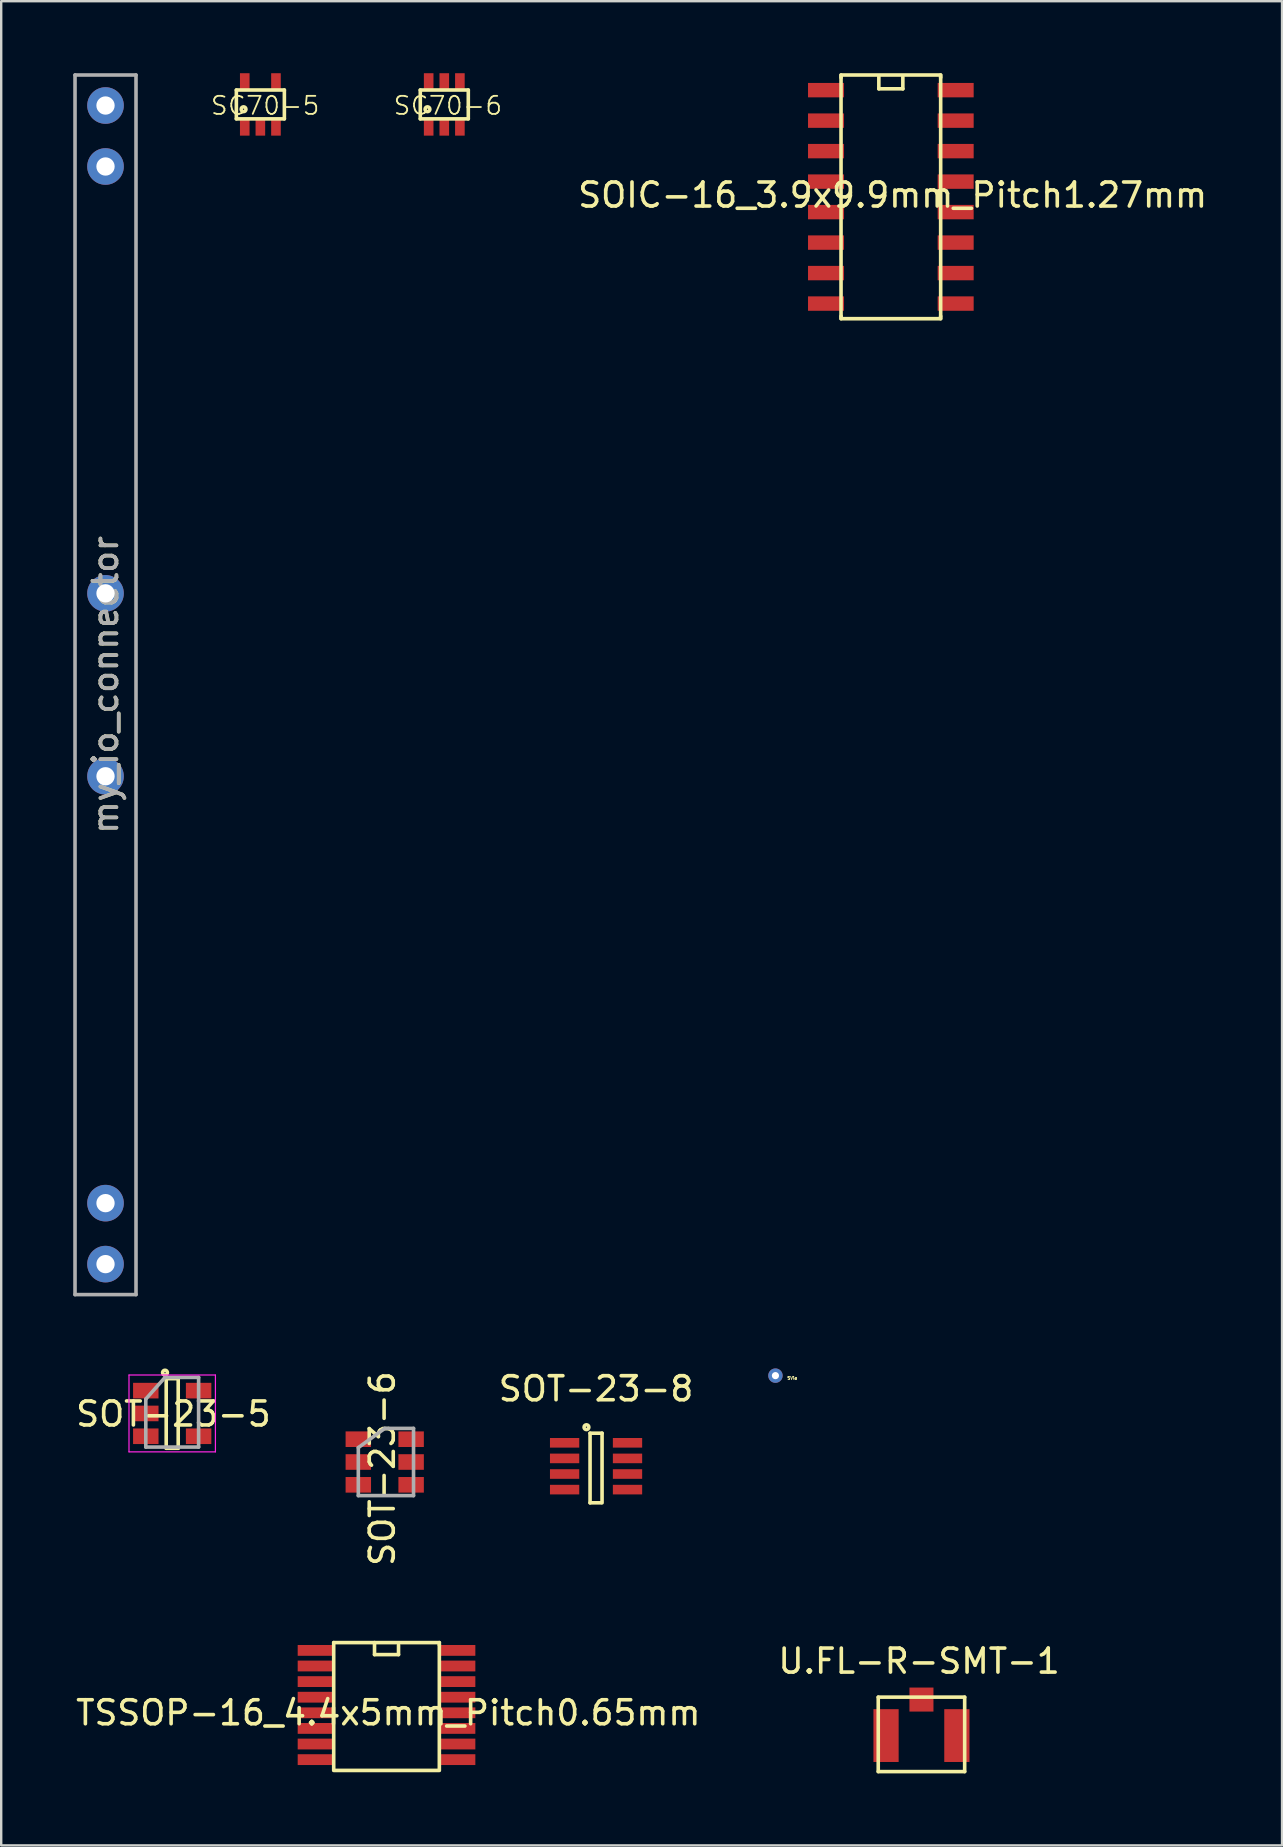
<source format=kicad_pcb>
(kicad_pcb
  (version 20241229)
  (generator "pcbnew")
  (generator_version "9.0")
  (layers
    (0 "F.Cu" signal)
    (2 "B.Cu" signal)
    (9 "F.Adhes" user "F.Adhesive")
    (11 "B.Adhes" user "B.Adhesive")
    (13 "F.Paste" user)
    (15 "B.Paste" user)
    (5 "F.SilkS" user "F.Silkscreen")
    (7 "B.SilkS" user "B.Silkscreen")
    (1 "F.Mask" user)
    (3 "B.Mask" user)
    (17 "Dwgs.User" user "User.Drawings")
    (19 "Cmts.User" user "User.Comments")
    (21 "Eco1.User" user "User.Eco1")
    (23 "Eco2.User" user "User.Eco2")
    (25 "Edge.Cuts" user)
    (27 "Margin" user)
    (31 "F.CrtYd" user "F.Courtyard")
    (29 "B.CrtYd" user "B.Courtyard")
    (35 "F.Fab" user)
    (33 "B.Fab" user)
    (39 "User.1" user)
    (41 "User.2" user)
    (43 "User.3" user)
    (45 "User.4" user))
  (footprint "SOIC-16_3.9x9.9mm_Pitch1.27mm"
    (layer "F.Cu")
    (at 34.057 5.15)
    (property "Reference" "SOIC-16_3.9x9.9mm_Pitch1.27mm" (at 0.075 -0.075 0) (layer "F.SilkS") (effects (font (size 1 1) (thickness 0.15))))
    (attr smd)
    (fp_line (start -2.075 -5.075) (end -2.075 -4.97) (stroke (width 0.15) (type solid)) (layer "F.SilkS"))
    (fp_line (start -2.075 -5.075) (end 2.075 -5.075) (stroke (width 0.15) (type solid)) (layer "F.SilkS"))
    (fp_line (start -2.075 -5) (end -2.075 5) (stroke (width 0.15) (type solid)) (layer "F.SilkS"))
    (fp_line (start -2.075 5.075) (end -2.075 4.97) (stroke (width 0.15) (type solid)) (layer "F.SilkS"))
    (fp_line (start -2.075 5.075) (end 2.075 5.075) (stroke (width 0.15) (type solid)) (layer "F.SilkS"))
    (fp_line (start -0.5 -5) (end -0.5 -4.5) (stroke (width 0.15) (type solid)) (layer "F.SilkS"))
    (fp_line (start -0.5 -4.5) (end 0.5 -4.5) (stroke (width 0.15) (type solid)) (layer "F.SilkS"))
    (fp_line (start 0.5 -4.5) (end 0.5 -5) (stroke (width 0.15) (type solid)) (layer "F.SilkS"))
    (fp_line (start 2.075 -5.075) (end 2.075 -4.97) (stroke (width 0.15) (type solid)) (layer "F.SilkS"))
    (fp_line (start 2.075 -5) (end 2.075 5) (stroke (width 0.15) (type solid)) (layer "F.SilkS"))
    (fp_line (start 2.075 5.075) (end 2.075 4.97) (stroke (width 0.15) (type solid)) (layer "F.SilkS"))
    (pad "1" smd rect (at -2.7 -4.445) (size 1.5 0.6) (layers "F.Cu" "F.Mask" "F.Paste"))
    (pad "2" smd rect (at -2.7 -3.175) (size 1.5 0.6) (layers "F.Cu" "F.Mask" "F.Paste"))
    (pad "3" smd rect (at -2.7 -1.905) (size 1.5 0.6) (layers "F.Cu" "F.Mask" "F.Paste"))
    (pad "4" smd rect (at -2.7 -0.635) (size 1.5 0.6) (layers "F.Cu" "F.Mask" "F.Paste"))
    (pad "5" smd rect (at -2.7 0.635) (size 1.5 0.6) (layers "F.Cu" "F.Mask" "F.Paste"))
    (pad "6" smd rect (at -2.7 1.905) (size 1.5 0.6) (layers "F.Cu" "F.Mask" "F.Paste"))
    (pad "7" smd rect (at -2.7 3.175) (size 1.5 0.6) (layers "F.Cu" "F.Mask" "F.Paste"))
    (pad "8" smd rect (at -2.7 4.445) (size 1.5 0.6) (layers "F.Cu" "F.Mask" "F.Paste"))
    (pad "9" smd rect (at 2.7 4.445) (size 1.5 0.6) (layers "F.Cu" "F.Mask" "F.Paste"))
    (pad "10" smd rect (at 2.7 3.175) (size 1.5 0.6) (layers "F.Cu" "F.Mask" "F.Paste"))
    (pad "11" smd rect (at 2.7 1.905) (size 1.5 0.6) (layers "F.Cu" "F.Mask" "F.Paste"))
    (pad "12" smd rect (at 2.7 0.635) (size 1.5 0.6) (layers "F.Cu" "F.Mask" "F.Paste"))
    (pad "13" smd rect (at 2.7 -0.635) (size 1.5 0.6) (layers "F.Cu" "F.Mask" "F.Paste"))
    (pad "14" smd rect (at 2.7 -1.905) (size 1.5 0.6) (layers "F.Cu" "F.Mask" "F.Paste"))
    (pad "15" smd rect (at 2.7 -3.175) (size 1.5 0.6) (layers "F.Cu" "F.Mask" "F.Paste"))
    (pad "16" smd rect (at 2.7 -4.445) (size 1.5 0.6) (layers "F.Cu" "F.Mask" "F.Paste")))
  (footprint "SOT-23-6"
    (layer "F.Cu")
    (at 12.975 57.848)
    (property "Reference" "SOT-23-6" (at -0.1 0.275 90) (layer "F.SilkS") (effects (font (size 1 1) (thickness 0.15))))
    (attr smd)
    (fp_line (start -1.1 -0.6) (end -1.1 1.4) (stroke (width 0.15) (type solid)) (layer "F.Fab"))
    (fp_line (start -1.1 1.4) (end 1.2 1.4) (stroke (width 0.15) (type solid)) (layer "F.Fab"))
    (fp_line (start 0 -1.4) (end -1.1 -0.6) (stroke (width 0.15) (type solid)) (layer "F.Fab"))
    (fp_line (start 1.2 -1.4) (end 0 -1.4) (stroke (width 0.15) (type solid)) (layer "F.Fab"))
    (fp_line (start 1.2 1.4) (end 1.2 -1.4) (stroke (width 0.15) (type solid)) (layer "F.Fab"))
    (pad "1" smd rect (at -1.1 -0.95) (size 1.06 0.65) (layers "F.Cu" "F.Mask" "F.Paste"))
    (pad "2" smd rect (at -1.1 0) (size 1.06 0.65) (layers "F.Cu" "F.Mask" "F.Paste"))
    (pad "3" smd rect (at -1.1 0.95) (size 1.06 0.65) (layers "F.Cu" "F.Mask" "F.Paste"))
    (pad "4" smd rect (at 1.1 0.95) (size 1.06 0.65) (layers "F.Cu" "F.Mask" "F.Paste"))
    (pad "5" smd rect (at 1.1 0) (size 1.06 0.65) (layers "F.Cu" "F.Mask" "F.Paste"))
    (pad "6" smd rect (at 1.1 -0.95) (size 1.06 0.65) (layers "F.Cu" "F.Mask" "F.Paste")))
  (footprint "SC70-6"
    (layer "F.Cu")
    (at 15.456 1.3)
    (property "Reference" "SC70-6" (at 0.15 0.05 0) (layer "F.SilkS") (effects (font (size 0.75 0.75) (thickness 0.075))))
    (attr through_hole)
    (fp_line (start -1 -0.6) (end 1 -0.6) (stroke (width 0.15) (type solid)) (layer "F.SilkS"))
    (fp_line (start -1 0.6) (end -1 -0.6) (stroke (width 0.15) (type solid)) (layer "F.SilkS"))
    (fp_line (start 1 -0.6) (end 1 0.6) (stroke (width 0.15) (type solid)) (layer "F.SilkS"))
    (fp_line (start 1 0.6) (end -1 0.6) (stroke (width 0.15) (type solid)) (layer "F.SilkS"))
    (fp_circle (center -0.7 0.2) (end -0.7 0.3) (stroke (width 0.15) (type solid)) (fill no) (layer "F.SilkS"))
    (pad "1" smd rect (at -0.65 0.95) (size 0.4 0.7) (layers "F.Cu" "F.Mask" "F.Paste"))
    (pad "2" smd rect (at 0 0.95) (size 0.4 0.7) (layers "F.Cu" "F.Mask" "F.Paste"))
    (pad "3" smd rect (at 0.65 0.95) (size 0.4 0.7) (layers "F.Cu" "F.Mask" "F.Paste"))
    (pad "4" smd rect (at 0.65 -0.95) (size 0.4 0.7) (layers "F.Cu" "F.Mask" "F.Paste"))
    (pad "5" smd rect (at 0 -0.95) (size 0.4 0.7) (layers "F.Cu" "F.Mask" "F.Paste"))
    (pad "6" smd rect (at -0.65 -0.95) (size 0.4 0.7) (layers "F.Cu" "F.Mask" "F.Paste")))
  (footprint "SOT-23-5"
    (layer "F.Cu")
    (at 4.123 55.825)
    (property "Reference" "SOT-23-5" (at 0.05 0.025 0) (layer "F.SilkS") (effects (font (size 1 1) (thickness 0.15))))
    (attr smd)
    (fp_line (start -0.25 -1.45) (end -0.25 1.45) (stroke (width 0.15) (type solid)) (layer "F.SilkS"))
    (fp_line (start -0.25 1.45) (end 0.25 1.45) (stroke (width 0.15) (type solid)) (layer "F.SilkS"))
    (fp_line (start 0.25 -1.45) (end -0.25 -1.45) (stroke (width 0.15) (type solid)) (layer "F.SilkS"))
    (fp_line (start 0.25 1.45) (end 0.25 -1.45) (stroke (width 0.15) (type solid)) (layer "F.SilkS"))
    (fp_circle (center -0.3 -1.7) (end -0.2 -1.7) (stroke (width 0.15) (type solid)) (fill no) (layer "F.SilkS"))
    (fp_line (start -1.8 -1.6) (end 1.8 -1.6) (stroke (width 0.05) (type solid)) (layer "F.CrtYd"))
    (fp_line (start -1.8 1.6) (end -1.8 -1.6) (stroke (width 0.05) (type solid)) (layer "F.CrtYd"))
    (fp_line (start 1.8 -1.6) (end 1.8 1.6) (stroke (width 0.05) (type solid)) (layer "F.CrtYd"))
    (fp_line (start 1.8 1.6) (end -1.8 1.6) (stroke (width 0.05) (type solid)) (layer "F.CrtYd"))
    (fp_line (start -1.1 -0.6) (end -1.1 1.4) (stroke (width 0.15) (type solid)) (layer "F.Fab"))
    (fp_line (start -1.1 1.4) (end 1.1 1.4) (stroke (width 0.15) (type solid)) (layer "F.Fab"))
    (fp_line (start -0.3 -1.5) (end -1.1 -0.6) (stroke (width 0.15) (type solid)) (layer "F.Fab"))
    (fp_line (start 1.1 -1.5) (end -0.3 -1.5) (stroke (width 0.15) (type solid)) (layer "F.Fab"))
    (fp_line (start 1.1 1.4) (end 1.1 -1.5) (stroke (width 0.15) (type solid)) (layer "F.Fab"))
    (pad "1" smd rect (at -1.1 -0.95) (size 1.06 0.65) (layers "F.Cu" "F.Mask" "F.Paste"))
    (pad "2" smd rect (at -1.1 0) (size 1.06 0.65) (layers "F.Cu" "F.Mask" "F.Paste"))
    (pad "3" smd rect (at -1.1 0.95) (size 1.06 0.65) (layers "F.Cu" "F.Mask" "F.Paste"))
    (pad "4" smd rect (at 1.1 0.95) (size 1.06 0.65) (layers "F.Cu" "F.Mask" "F.Paste"))
    (pad "5" smd rect (at 1.1 -0.95) (size 1.06 0.65) (layers "F.Cu" "F.Mask" "F.Paste")))
  (footprint "U.FL-R-SMT-1"
    (layer "F.Cu")
    (at 35.332 69.243)
    (property "Reference" "U.FL-R-SMT-1" (at -0.1 -3.1 0) (layer "F.SilkS") (effects (font (size 1 1) (thickness 0.15))))
    (attr through_hole)
    (fp_line (start -1.8 -1.6) (end 1.8 -1.6) (stroke (width 0.15) (type solid)) (layer "F.SilkS"))
    (fp_line (start -1.8 1.5) (end -1.8 -1.6) (stroke (width 0.15) (type solid)) (layer "F.SilkS"))
    (fp_line (start -1.8 1.5) (end 1.8 1.5) (stroke (width 0.15) (type solid)) (layer "F.SilkS"))
    (fp_line (start 1.8 -1.6) (end 1.8 1.5) (stroke (width 0.15) (type solid)) (layer "F.SilkS"))
    (pad "1" smd rect (at 0 -1.5) (size 1 1) (layers "F.Cu" "F.Mask" "F.Paste"))
    (pad "2" smd rect (at -1.475 0) (size 1.05 2.2) (layers "F.Cu" "F.Mask" "F.Paste"))
    (pad "2" smd rect (at 1.475 0) (size 1.05 2.2) (layers "F.Cu" "F.Mask" "F.Paste")))
  (footprint "SC70-5"
    (layer "F.Cu")
    (at 7.795 1.3)
    (property "Reference" "SC70-5" (at 0.2 0.05 0) (layer "F.SilkS") (effects (font (size 0.75 0.75) (thickness 0.075))))
    (attr through_hole)
    (fp_line (start -1 -0.6) (end 1 -0.6) (stroke (width 0.15) (type solid)) (layer "F.SilkS"))
    (fp_line (start -1 0.6) (end -1 -0.6) (stroke (width 0.15) (type solid)) (layer "F.SilkS"))
    (fp_line (start 1 -0.6) (end 1 0.6) (stroke (width 0.15) (type solid)) (layer "F.SilkS"))
    (fp_line (start 1 0.6) (end -1 0.6) (stroke (width 0.15) (type solid)) (layer "F.SilkS"))
    (fp_circle (center -0.7 0.2) (end -0.7 0.3) (stroke (width 0.15) (type solid)) (fill no) (layer "F.SilkS"))
    (pad "1" smd rect (at -0.65 0.95) (size 0.4 0.7) (layers "F.Cu" "F.Mask" "F.Paste"))
    (pad "2" smd rect (at 0 0.95) (size 0.4 0.7) (layers "F.Cu" "F.Mask" "F.Paste"))
    (pad "3" smd rect (at 0.65 0.95) (size 0.4 0.7) (layers "F.Cu" "F.Mask" "F.Paste"))
    (pad "4" smd rect (at 0.65 -0.95) (size 0.4 0.7) (layers "F.Cu" "F.Mask" "F.Paste"))
    (pad "5" smd rect (at -0.65 -0.95) (size 0.4 0.7) (layers "F.Cu" "F.Mask" "F.Paste")))
  (footprint "SOT-23-8"
    (layer "F.Cu")
    (at 21.778 57.698)
    (property "Reference" "SOT-23-8" (at 0 -2.9 0) (layer "F.SilkS") (effects (font (size 1 1) (thickness 0.15))))
    (attr smd)
    (fp_line (start -0.25 -1.05) (end -0.25 1.85) (stroke (width 0.15) (type solid)) (layer "F.SilkS"))
    (fp_line (start -0.25 1.85) (end 0.2 1.85) (stroke (width 0.15) (type solid)) (layer "F.SilkS"))
    (fp_line (start 0.25 -1.05) (end -0.25 -1.05) (stroke (width 0.15) (type solid)) (layer "F.SilkS"))
    (fp_line (start 0.25 1.85) (end 0.25 -1.05) (stroke (width 0.15) (type solid)) (layer "F.SilkS"))
    (fp_circle (center -0.4 -1.3) (end -0.3 -1.3) (stroke (width 0.15) (type solid)) (fill no) (layer "F.SilkS"))
    (pad "1" smd rect (at -1.31 -0.65) (size 1.22 0.4) (layers "F.Cu" "F.Mask" "F.Paste"))
    (pad "2" smd rect (at -1.31 0) (size 1.22 0.4) (layers "F.Cu" "F.Mask" "F.Paste"))
    (pad "3" smd rect (at -1.31 0.65) (size 1.22 0.4) (layers "F.Cu" "F.Mask" "F.Paste"))
    (pad "4" smd rect (at -1.31 1.3) (size 1.22 0.4) (layers "F.Cu" "F.Mask" "F.Paste"))
    (pad "5" smd rect (at 1.31 1.3) (size 1.22 0.4) (layers "F.Cu" "F.Mask" "F.Paste"))
    (pad "6" smd rect (at 1.31 0.65) (size 1.22 0.4) (layers "F.Cu" "F.Mask" "F.Paste"))
    (pad "7" smd rect (at 1.31 0) (size 1.22 0.4) (layers "F.Cu" "F.Mask" "F.Paste"))
    (pad "8" smd rect (at 1.31 -0.65) (size 1.22 0.4) (layers "F.Cu" "F.Mask" "F.Paste")))
  (footprint "TSSOP-16_4.4x5mm_Pitch0.65mm"
    (layer "F.Cu")
    (at 13.05 67.97)
    (property "Reference" "TSSOP-16_4.4x5mm_Pitch0.65mm" (at 0.075 0.325 0) (layer "F.SilkS") (effects (font (size 1 1) (thickness 0.15))))
    (attr smd)
    (fp_line (start -2.2 2.7) (end -2.2 -2.6) (stroke (width 0.15) (type solid)) (layer "F.SilkS"))
    (fp_line (start -2.2 2.725) (end 2.2 2.725) (stroke (width 0.15) (type solid)) (layer "F.SilkS"))
    (fp_line (start -0.5 -2.6) (end -0.5 -2.1) (stroke (width 0.15) (type solid)) (layer "F.SilkS"))
    (fp_line (start -0.5 -2.1) (end 0.5 -2.1) (stroke (width 0.15) (type solid)) (layer "F.SilkS"))
    (fp_line (start 0.5 -2.1) (end 0.5 -2.5) (stroke (width 0.15) (type solid)) (layer "F.SilkS"))
    (fp_line (start 2.2 -2.6) (end -2.2 -2.6) (stroke (width 0.15) (type solid)) (layer "F.SilkS"))
    (fp_line (start 2.2 -2.5) (end 2.2 -2.6) (stroke (width 0.15) (type solid)) (layer "F.SilkS"))
    (fp_line (start 2.2 2.7) (end 2.2 -2.5) (stroke (width 0.15) (type solid)) (layer "F.SilkS"))
    (pad "1" smd rect (at -2.95 -2.275) (size 1.5 0.45) (layers "F.Cu" "F.Mask" "F.Paste"))
    (pad "2" smd rect (at -2.95 -1.625) (size 1.5 0.45) (layers "F.Cu" "F.Mask" "F.Paste"))
    (pad "3" smd rect (at -2.95 -0.975) (size 1.5 0.45) (layers "F.Cu" "F.Mask" "F.Paste"))
    (pad "4" smd rect (at -2.95 -0.325) (size 1.5 0.45) (layers "F.Cu" "F.Mask" "F.Paste"))
    (pad "5" smd rect (at -2.95 0.325) (size 1.5 0.45) (layers "F.Cu" "F.Mask" "F.Paste"))
    (pad "6" smd rect (at -2.95 0.975) (size 1.5 0.45) (layers "F.Cu" "F.Mask" "F.Paste"))
    (pad "7" smd rect (at -2.95 1.625) (size 1.5 0.45) (layers "F.Cu" "F.Mask" "F.Paste"))
    (pad "8" smd rect (at -2.95 2.275) (size 1.5 0.45) (layers "F.Cu" "F.Mask" "F.Paste"))
    (pad "9" smd rect (at 2.95 2.275) (size 1.5 0.45) (layers "F.Cu" "F.Mask" "F.Paste"))
    (pad "10" smd rect (at 2.95 1.625) (size 1.5 0.45) (layers "F.Cu" "F.Mask" "F.Paste"))
    (pad "11" smd rect (at 2.95 0.975) (size 1.5 0.45) (layers "F.Cu" "F.Mask" "F.Paste"))
    (pad "12" smd rect (at 2.95 0.325) (size 1.5 0.45) (layers "F.Cu" "F.Mask" "F.Paste"))
    (pad "13" smd rect (at 2.95 -0.325) (size 1.5 0.45) (layers "F.Cu" "F.Mask" "F.Paste"))
    (pad "14" smd rect (at 2.95 -0.975) (size 1.5 0.45) (layers "F.Cu" "F.Mask" "F.Paste"))
    (pad "15" smd rect (at 2.95 -1.625) (size 1.5 0.45) (layers "F.Cu" "F.Mask" "F.Paste"))
    (pad "16" smd rect (at 2.95 -2.275) (size 1.5 0.45) (layers "F.Cu" "F.Mask" "F.Paste")))
  (footprint "SVia"
    (layer "F.Cu")
    (at 29.25 54.25)
    (property "Reference" "SVia" (at 0.7 0.1 0) (layer "F.SilkS") (effects (font (size 0.127 0.127) (thickness 0.032))))
    (attr through_hole)
    (pad "1" thru_hole circle (at 0 0) (size 0.6 0.6) (drill 0.3) (layers "*.Cu")))
  (footprint "my_io_connector"
    (layer "F.Cu")
    (at 1.345 25.475)
    (property "Reference" "my_io_connector" (at 0 0 90) (layer "F.SilkS") (effects (font (size 1 1) (thickness 0.15))))
    (attr through_hole)
    (fp_line (start -1.27 -25.4) (end -1.27 25.4) (stroke (width 0.15) (type solid)) (layer "F.Fab"))
    (fp_line (start -1.27 25.4) (end 1.27 25.4) (stroke (width 0.15) (type solid)) (layer "F.Fab"))
    (fp_line (start 1.27 -25.4) (end -1.27 -25.4) (stroke (width 0.15) (type solid)) (layer "F.Fab"))
    (fp_line (start 1.27 25.4) (end 1.27 -25.4) (stroke (width 0.15) (type solid)) (layer "F.Fab"))
    (fp_text user "${REFERENCE}" (at 0 0 90) (layer "F.Fab") (effects (font (size 1 1) (thickness 0.15))))
    (pad "1" thru_hole circle (at 0 24.13) (size 1.524 1.524) (drill 0.762) (layers "*.Cu" "*.Mask"))
    (pad "2" thru_hole circle (at 0 21.59) (size 1.524 1.524) (drill 0.762) (layers "*.Cu" "*.Mask"))
    (pad "3" thru_hole circle (at 0 3.81) (size 1.524 1.524) (drill 0.762) (layers "*.Cu" "*.Mask"))
    (pad "4" thru_hole circle (at 0 -3.81) (size 1.524 1.524) (drill 0.762) (layers "*.Cu" "*.Mask"))
    (pad "5" thru_hole circle (at 0 -21.59) (size 1.524 1.524) (drill 0.762) (layers "*.Cu" "*.Mask"))
    (pad "6" thru_hole circle (at 0 -24.13) (size 1.524 1.524) (drill 0.762) (layers "*.Cu" "*.Mask")))
  (gr_rect
    (start -3 -3)
    (end 50.352 73.818)
    (stroke (width 0.1) (type default))
    (fill no)
    (layer "Edge.Cuts")))
</source>
